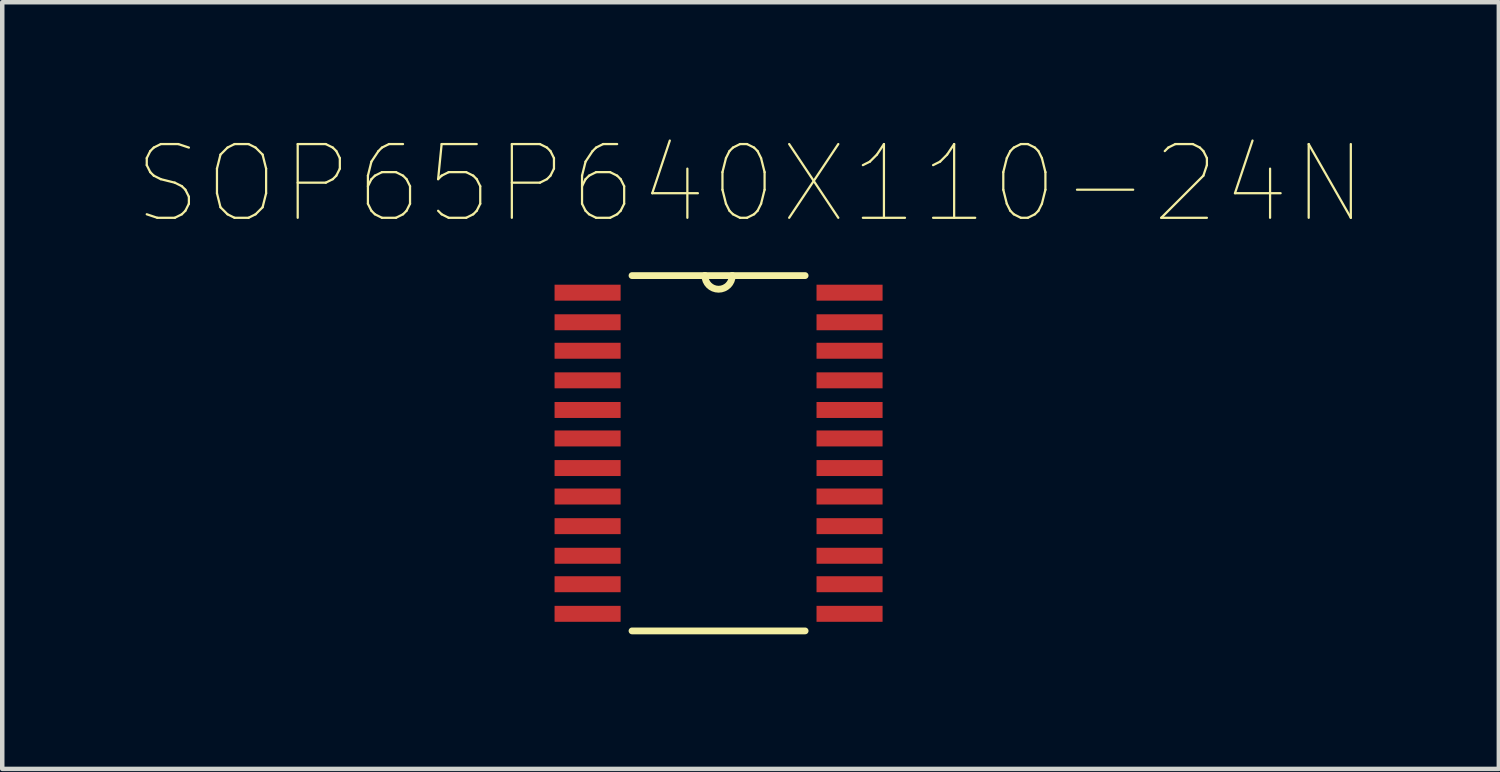
<source format=kicad_pcb>
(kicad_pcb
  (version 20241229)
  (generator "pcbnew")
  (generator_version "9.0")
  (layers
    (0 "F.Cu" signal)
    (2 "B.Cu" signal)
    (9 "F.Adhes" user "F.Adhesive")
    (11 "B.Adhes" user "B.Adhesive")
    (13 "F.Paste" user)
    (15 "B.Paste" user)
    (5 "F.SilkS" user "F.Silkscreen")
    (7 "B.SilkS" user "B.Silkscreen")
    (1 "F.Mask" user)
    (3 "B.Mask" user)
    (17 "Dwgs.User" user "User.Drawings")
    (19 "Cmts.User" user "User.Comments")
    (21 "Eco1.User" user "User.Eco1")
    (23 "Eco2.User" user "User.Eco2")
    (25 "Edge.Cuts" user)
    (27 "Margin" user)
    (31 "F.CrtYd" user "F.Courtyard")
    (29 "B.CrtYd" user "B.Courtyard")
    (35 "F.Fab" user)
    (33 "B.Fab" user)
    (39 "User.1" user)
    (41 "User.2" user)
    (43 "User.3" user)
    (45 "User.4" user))
  (footprint "SOP65P640X110-24N"
    (layer "F.Cu")
    (at 12.975 7.058)
    (property "Reference" "SOP65P640X110-24N" (at 0.713 -6.009 0) (layer "F.SilkS") (effects (font (size 1.644 1.644) (thickness 0.05))))
    (attr smd)
    (fp_line (start -1.93 3.962) (end 1.93 3.962) (stroke (width 0.152) (type solid)) (layer "F.SilkS"))
    (fp_line (start -0.305 -3.962) (end -1.93 -3.962) (stroke (width 0.152) (type solid)) (layer "F.SilkS"))
    (fp_line (start 0.305 -3.962) (end -0.305 -3.962) (stroke (width 0.152) (type solid)) (layer "F.SilkS"))
    (fp_line (start 1.93 -3.962) (end 0.305 -3.962) (stroke (width 0.152) (type solid)) (layer "F.SilkS"))
    (fp_arc (start 0.3048 -3.9624) (mid 0 -3.6576) (end -0.3048 -3.9624) (stroke (width 0.1524) (type solid)) (layer "F.SilkS"))
    (fp_line (start -3.302 -3.734) (end -3.302 -3.429) (stroke (width 0.1) (type solid)) (layer "Eco2.User"))
    (fp_line (start -3.302 -3.429) (end -2.261 -3.429) (stroke (width 0.1) (type solid)) (layer "Eco2.User"))
    (fp_line (start -3.302 -3.073) (end -3.302 -2.769) (stroke (width 0.1) (type solid)) (layer "Eco2.User"))
    (fp_line (start -3.302 -2.769) (end -2.261 -2.769) (stroke (width 0.1) (type solid)) (layer "Eco2.User"))
    (fp_line (start -3.302 -2.438) (end -3.302 -2.134) (stroke (width 0.1) (type solid)) (layer "Eco2.User"))
    (fp_line (start -3.302 -2.134) (end -2.261 -2.134) (stroke (width 0.1) (type solid)) (layer "Eco2.User"))
    (fp_line (start -3.302 -1.778) (end -3.302 -1.473) (stroke (width 0.1) (type solid)) (layer "Eco2.User"))
    (fp_line (start -3.302 -1.473) (end -2.261 -1.473) (stroke (width 0.1) (type solid)) (layer "Eco2.User"))
    (fp_line (start -3.302 -1.118) (end -3.302 -0.813) (stroke (width 0.1) (type solid)) (layer "Eco2.User"))
    (fp_line (start -3.302 -0.813) (end -2.261 -0.813) (stroke (width 0.1) (type solid)) (layer "Eco2.User"))
    (fp_line (start -3.302 -0.483) (end -3.302 -0.178) (stroke (width 0.1) (type solid)) (layer "Eco2.User"))
    (fp_line (start -3.302 -0.178) (end -2.261 -0.178) (stroke (width 0.1) (type solid)) (layer "Eco2.User"))
    (fp_line (start -3.302 0.178) (end -3.302 0.483) (stroke (width 0.1) (type solid)) (layer "Eco2.User"))
    (fp_line (start -3.302 0.483) (end -2.261 0.483) (stroke (width 0.1) (type solid)) (layer "Eco2.User"))
    (fp_line (start -3.302 0.813) (end -3.302 1.118) (stroke (width 0.1) (type solid)) (layer "Eco2.User"))
    (fp_line (start -3.302 1.118) (end -2.261 1.118) (stroke (width 0.1) (type solid)) (layer "Eco2.User"))
    (fp_line (start -3.302 1.473) (end -3.302 1.778) (stroke (width 0.1) (type solid)) (layer "Eco2.User"))
    (fp_line (start -3.302 1.778) (end -2.261 1.778) (stroke (width 0.1) (type solid)) (layer "Eco2.User"))
    (fp_line (start -3.302 2.134) (end -3.302 2.438) (stroke (width 0.1) (type solid)) (layer "Eco2.User"))
    (fp_line (start -3.302 2.438) (end -2.261 2.438) (stroke (width 0.1) (type solid)) (layer "Eco2.User"))
    (fp_line (start -3.302 2.769) (end -3.302 3.073) (stroke (width 0.1) (type solid)) (layer "Eco2.User"))
    (fp_line (start -3.302 3.073) (end -2.261 3.073) (stroke (width 0.1) (type solid)) (layer "Eco2.User"))
    (fp_line (start -3.302 3.429) (end -3.302 3.734) (stroke (width 0.1) (type solid)) (layer "Eco2.User"))
    (fp_line (start -3.302 3.734) (end -2.261 3.734) (stroke (width 0.1) (type solid)) (layer "Eco2.User"))
    (fp_line (start -2.261 -3.962) (end -2.261 3.962) (stroke (width 0.1) (type solid)) (layer "Eco2.User"))
    (fp_line (start -2.261 -3.734) (end -3.302 -3.734) (stroke (width 0.1) (type solid)) (layer "Eco2.User"))
    (fp_line (start -2.261 -3.429) (end -2.261 -3.734) (stroke (width 0.1) (type solid)) (layer "Eco2.User"))
    (fp_line (start -2.261 -3.073) (end -3.302 -3.073) (stroke (width 0.1) (type solid)) (layer "Eco2.User"))
    (fp_line (start -2.261 -2.769) (end -2.261 -3.073) (stroke (width 0.1) (type solid)) (layer "Eco2.User"))
    (fp_line (start -2.261 -2.438) (end -3.302 -2.438) (stroke (width 0.1) (type solid)) (layer "Eco2.User"))
    (fp_line (start -2.261 -2.134) (end -2.261 -2.438) (stroke (width 0.1) (type solid)) (layer "Eco2.User"))
    (fp_line (start -2.261 -1.778) (end -3.302 -1.778) (stroke (width 0.1) (type solid)) (layer "Eco2.User"))
    (fp_line (start -2.261 -1.473) (end -2.261 -1.778) (stroke (width 0.1) (type solid)) (layer "Eco2.User"))
    (fp_line (start -2.261 -1.118) (end -3.302 -1.118) (stroke (width 0.1) (type solid)) (layer "Eco2.User"))
    (fp_line (start -2.261 -0.813) (end -2.261 -1.118) (stroke (width 0.1) (type solid)) (layer "Eco2.User"))
    (fp_line (start -2.261 -0.483) (end -3.302 -0.483) (stroke (width 0.1) (type solid)) (layer "Eco2.User"))
    (fp_line (start -2.261 -0.178) (end -2.261 -0.483) (stroke (width 0.1) (type solid)) (layer "Eco2.User"))
    (fp_line (start -2.261 0.178) (end -3.302 0.178) (stroke (width 0.1) (type solid)) (layer "Eco2.User"))
    (fp_line (start -2.261 0.483) (end -2.261 0.178) (stroke (width 0.1) (type solid)) (layer "Eco2.User"))
    (fp_line (start -2.261 0.813) (end -3.302 0.813) (stroke (width 0.1) (type solid)) (layer "Eco2.User"))
    (fp_line (start -2.261 1.118) (end -2.261 0.813) (stroke (width 0.1) (type solid)) (layer "Eco2.User"))
    (fp_line (start -2.261 1.473) (end -3.302 1.473) (stroke (width 0.1) (type solid)) (layer "Eco2.User"))
    (fp_line (start -2.261 1.778) (end -2.261 1.473) (stroke (width 0.1) (type solid)) (layer "Eco2.User"))
    (fp_line (start -2.261 2.134) (end -3.302 2.134) (stroke (width 0.1) (type solid)) (layer "Eco2.User"))
    (fp_line (start -2.261 2.438) (end -2.261 2.134) (stroke (width 0.1) (type solid)) (layer "Eco2.User"))
    (fp_line (start -2.261 2.769) (end -3.302 2.769) (stroke (width 0.1) (type solid)) (layer "Eco2.User"))
    (fp_line (start -2.261 3.073) (end -2.261 2.769) (stroke (width 0.1) (type solid)) (layer "Eco2.User"))
    (fp_line (start -2.261 3.429) (end -3.302 3.429) (stroke (width 0.1) (type solid)) (layer "Eco2.User"))
    (fp_line (start -2.261 3.734) (end -2.261 3.429) (stroke (width 0.1) (type solid)) (layer "Eco2.User"))
    (fp_line (start -2.261 3.962) (end 2.261 3.962) (stroke (width 0.1) (type solid)) (layer "Eco2.User"))
    (fp_line (start -0.305 -3.962) (end -2.261 -3.962) (stroke (width 0.1) (type solid)) (layer "Eco2.User"))
    (fp_line (start 0.305 -3.962) (end -0.305 -3.962) (stroke (width 0.1) (type solid)) (layer "Eco2.User"))
    (fp_line (start 2.261 -3.962) (end 0.305 -3.962) (stroke (width 0.1) (type solid)) (layer "Eco2.User"))
    (fp_line (start 2.261 -3.734) (end 2.261 -3.429) (stroke (width 0.1) (type solid)) (layer "Eco2.User"))
    (fp_line (start 2.261 -3.429) (end 3.302 -3.429) (stroke (width 0.1) (type solid)) (layer "Eco2.User"))
    (fp_line (start 2.261 -3.073) (end 2.261 -2.769) (stroke (width 0.1) (type solid)) (layer "Eco2.User"))
    (fp_line (start 2.261 -2.769) (end 3.302 -2.769) (stroke (width 0.1) (type solid)) (layer "Eco2.User"))
    (fp_line (start 2.261 -2.438) (end 2.261 -2.134) (stroke (width 0.1) (type solid)) (layer "Eco2.User"))
    (fp_line (start 2.261 -2.134) (end 3.302 -2.134) (stroke (width 0.1) (type solid)) (layer "Eco2.User"))
    (fp_line (start 2.261 -1.778) (end 2.261 -1.473) (stroke (width 0.1) (type solid)) (layer "Eco2.User"))
    (fp_line (start 2.261 -1.473) (end 3.302 -1.473) (stroke (width 0.1) (type solid)) (layer "Eco2.User"))
    (fp_line (start 2.261 -1.118) (end 2.261 -0.813) (stroke (width 0.1) (type solid)) (layer "Eco2.User"))
    (fp_line (start 2.261 -0.813) (end 3.302 -0.813) (stroke (width 0.1) (type solid)) (layer "Eco2.User"))
    (fp_line (start 2.261 -0.483) (end 2.261 -0.178) (stroke (width 0.1) (type solid)) (layer "Eco2.User"))
    (fp_line (start 2.261 -0.178) (end 3.302 -0.178) (stroke (width 0.1) (type solid)) (layer "Eco2.User"))
    (fp_line (start 2.261 0.178) (end 2.261 0.483) (stroke (width 0.1) (type solid)) (layer "Eco2.User"))
    (fp_line (start 2.261 0.483) (end 3.302 0.483) (stroke (width 0.1) (type solid)) (layer "Eco2.User"))
    (fp_line (start 2.261 0.813) (end 2.261 1.118) (stroke (width 0.1) (type solid)) (layer "Eco2.User"))
    (fp_line (start 2.261 1.118) (end 3.302 1.118) (stroke (width 0.1) (type solid)) (layer "Eco2.User"))
    (fp_line (start 2.261 1.473) (end 2.261 1.778) (stroke (width 0.1) (type solid)) (layer "Eco2.User"))
    (fp_line (start 2.261 1.778) (end 3.302 1.778) (stroke (width 0.1) (type solid)) (layer "Eco2.User"))
    (fp_line (start 2.261 2.134) (end 2.261 2.438) (stroke (width 0.1) (type solid)) (layer "Eco2.User"))
    (fp_line (start 2.261 2.438) (end 3.302 2.438) (stroke (width 0.1) (type solid)) (layer "Eco2.User"))
    (fp_line (start 2.261 2.769) (end 2.261 3.073) (stroke (width 0.1) (type solid)) (layer "Eco2.User"))
    (fp_line (start 2.261 3.073) (end 3.302 3.073) (stroke (width 0.1) (type solid)) (layer "Eco2.User"))
    (fp_line (start 2.261 3.429) (end 2.261 3.734) (stroke (width 0.1) (type solid)) (layer "Eco2.User"))
    (fp_line (start 2.261 3.734) (end 3.302 3.734) (stroke (width 0.1) (type solid)) (layer "Eco2.User"))
    (fp_line (start 2.261 3.962) (end 2.261 -3.962) (stroke (width 0.1) (type solid)) (layer "Eco2.User"))
    (fp_line (start 3.302 -3.734) (end 2.261 -3.734) (stroke (width 0.1) (type solid)) (layer "Eco2.User"))
    (fp_line (start 3.302 -3.429) (end 3.302 -3.734) (stroke (width 0.1) (type solid)) (layer "Eco2.User"))
    (fp_line (start 3.302 -3.073) (end 2.261 -3.073) (stroke (width 0.1) (type solid)) (layer "Eco2.User"))
    (fp_line (start 3.302 -2.769) (end 3.302 -3.073) (stroke (width 0.1) (type solid)) (layer "Eco2.User"))
    (fp_line (start 3.302 -2.438) (end 2.261 -2.438) (stroke (width 0.1) (type solid)) (layer "Eco2.User"))
    (fp_line (start 3.302 -2.134) (end 3.302 -2.438) (stroke (width 0.1) (type solid)) (layer "Eco2.User"))
    (fp_line (start 3.302 -1.778) (end 2.261 -1.778) (stroke (width 0.1) (type solid)) (layer "Eco2.User"))
    (fp_line (start 3.302 -1.473) (end 3.302 -1.778) (stroke (width 0.1) (type solid)) (layer "Eco2.User"))
    (fp_line (start 3.302 -1.118) (end 2.261 -1.118) (stroke (width 0.1) (type solid)) (layer "Eco2.User"))
    (fp_line (start 3.302 -0.813) (end 3.302 -1.118) (stroke (width 0.1) (type solid)) (layer "Eco2.User"))
    (fp_line (start 3.302 -0.483) (end 2.261 -0.483) (stroke (width 0.1) (type solid)) (layer "Eco2.User"))
    (fp_line (start 3.302 -0.178) (end 3.302 -0.483) (stroke (width 0.1) (type solid)) (layer "Eco2.User"))
    (fp_line (start 3.302 0.178) (end 2.261 0.178) (stroke (width 0.1) (type solid)) (layer "Eco2.User"))
    (fp_line (start 3.302 0.483) (end 3.302 0.178) (stroke (width 0.1) (type solid)) (layer "Eco2.User"))
    (fp_line (start 3.302 0.813) (end 2.261 0.813) (stroke (width 0.1) (type solid)) (layer "Eco2.User"))
    (fp_line (start 3.302 1.118) (end 3.302 0.813) (stroke (width 0.1) (type solid)) (layer "Eco2.User"))
    (fp_line (start 3.302 1.473) (end 2.261 1.473) (stroke (width 0.1) (type solid)) (layer "Eco2.User"))
    (fp_line (start 3.302 1.778) (end 3.302 1.473) (stroke (width 0.1) (type solid)) (layer "Eco2.User"))
    (fp_line (start 3.302 2.134) (end 2.261 2.134) (stroke (width 0.1) (type solid)) (layer "Eco2.User"))
    (fp_line (start 3.302 2.438) (end 3.302 2.134) (stroke (width 0.1) (type solid)) (layer "Eco2.User"))
    (fp_line (start 3.302 2.769) (end 2.261 2.769) (stroke (width 0.1) (type solid)) (layer "Eco2.User"))
    (fp_line (start 3.302 3.073) (end 3.302 2.769) (stroke (width 0.1) (type solid)) (layer "Eco2.User"))
    (fp_line (start 3.302 3.429) (end 2.261 3.429) (stroke (width 0.1) (type solid)) (layer "Eco2.User"))
    (fp_line (start 3.302 3.734) (end 3.302 3.429) (stroke (width 0.1) (type solid)) (layer "Eco2.User"))
    (fp_arc (start 0.3048 -3.9624) (mid 0 -3.6576) (end -0.3048 -3.9624) (stroke (width 0.1) (type solid)) (layer "Eco2.User"))
    (pad "1" smd rect (at -2.921 -3.581) (size 1.473 0.356) (layers "F.Cu" "F.Mask" "F.Paste"))
    (pad "2" smd rect (at -2.921 -2.921) (size 1.473 0.356) (layers "F.Cu" "F.Mask" "F.Paste"))
    (pad "3" smd rect (at -2.921 -2.286) (size 1.473 0.356) (layers "F.Cu" "F.Mask" "F.Paste"))
    (pad "4" smd rect (at -2.921 -1.626) (size 1.473 0.356) (layers "F.Cu" "F.Mask" "F.Paste"))
    (pad "5" smd rect (at -2.921 -0.965) (size 1.473 0.356) (layers "F.Cu" "F.Mask" "F.Paste"))
    (pad "6" smd rect (at -2.921 -0.33) (size 1.473 0.356) (layers "F.Cu" "F.Mask" "F.Paste"))
    (pad "7" smd rect (at -2.921 0.33) (size 1.473 0.356) (layers "F.Cu" "F.Mask" "F.Paste"))
    (pad "8" smd rect (at -2.921 0.965) (size 1.473 0.356) (layers "F.Cu" "F.Mask" "F.Paste"))
    (pad "9" smd rect (at -2.921 1.626) (size 1.473 0.356) (layers "F.Cu" "F.Mask" "F.Paste"))
    (pad "10" smd rect (at -2.921 2.286) (size 1.473 0.356) (layers "F.Cu" "F.Mask" "F.Paste"))
    (pad "11" smd rect (at -2.921 2.921) (size 1.473 0.356) (layers "F.Cu" "F.Mask" "F.Paste"))
    (pad "12" smd rect (at -2.921 3.581) (size 1.473 0.356) (layers "F.Cu" "F.Mask" "F.Paste"))
    (pad "13" smd rect (at 2.921 3.581) (size 1.473 0.356) (layers "F.Cu" "F.Mask" "F.Paste"))
    (pad "14" smd rect (at 2.921 2.921) (size 1.473 0.356) (layers "F.Cu" "F.Mask" "F.Paste"))
    (pad "15" smd rect (at 2.921 2.286) (size 1.473 0.356) (layers "F.Cu" "F.Mask" "F.Paste"))
    (pad "16" smd rect (at 2.921 1.626) (size 1.473 0.356) (layers "F.Cu" "F.Mask" "F.Paste"))
    (pad "17" smd rect (at 2.921 0.965) (size 1.473 0.356) (layers "F.Cu" "F.Mask" "F.Paste"))
    (pad "18" smd rect (at 2.921 0.33) (size 1.473 0.356) (layers "F.Cu" "F.Mask" "F.Paste"))
    (pad "19" smd rect (at 2.921 -0.33) (size 1.473 0.356) (layers "F.Cu" "F.Mask" "F.Paste"))
    (pad "20" smd rect (at 2.921 -0.965) (size 1.473 0.356) (layers "F.Cu" "F.Mask" "F.Paste"))
    (pad "21" smd rect (at 2.921 -1.626) (size 1.473 0.356) (layers "F.Cu" "F.Mask" "F.Paste"))
    (pad "22" smd rect (at 2.921 -2.286) (size 1.473 0.356) (layers "F.Cu" "F.Mask" "F.Paste"))
    (pad "23" smd rect (at 2.921 -2.921) (size 1.473 0.356) (layers "F.Cu" "F.Mask" "F.Paste"))
    (pad "24" smd rect (at 2.921 -3.581) (size 1.473 0.356) (layers "F.Cu" "F.Mask" "F.Paste")))
  (gr_rect
    (start -3 -3)
    (end 30.376 14.097)
    (stroke (width 0.1) (type default))
    (fill no)
    (layer "Edge.Cuts")))
</source>
